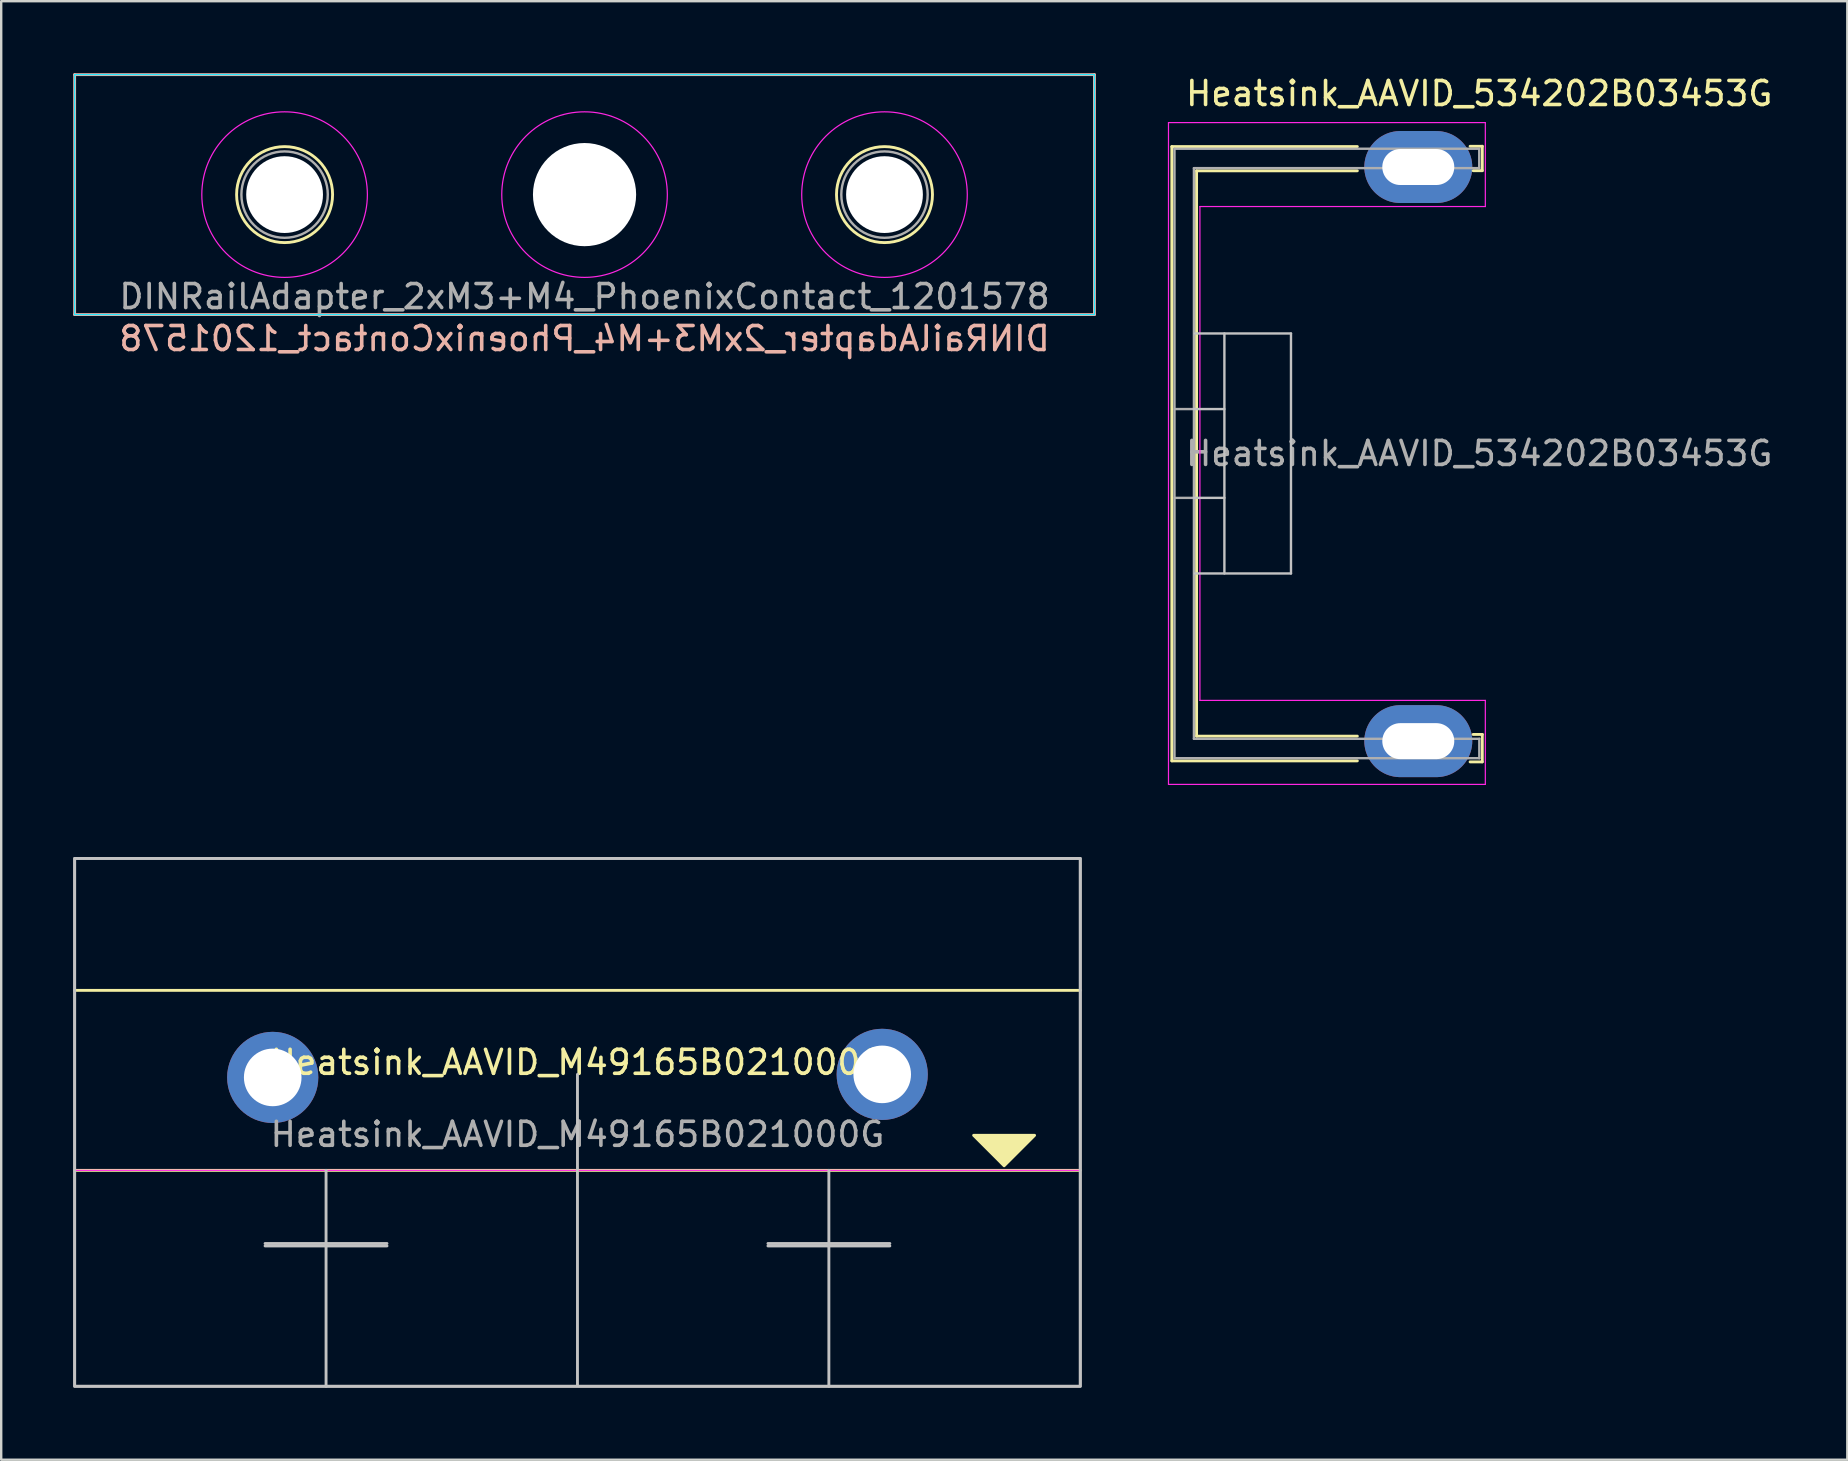
<source format=kicad_pcb>
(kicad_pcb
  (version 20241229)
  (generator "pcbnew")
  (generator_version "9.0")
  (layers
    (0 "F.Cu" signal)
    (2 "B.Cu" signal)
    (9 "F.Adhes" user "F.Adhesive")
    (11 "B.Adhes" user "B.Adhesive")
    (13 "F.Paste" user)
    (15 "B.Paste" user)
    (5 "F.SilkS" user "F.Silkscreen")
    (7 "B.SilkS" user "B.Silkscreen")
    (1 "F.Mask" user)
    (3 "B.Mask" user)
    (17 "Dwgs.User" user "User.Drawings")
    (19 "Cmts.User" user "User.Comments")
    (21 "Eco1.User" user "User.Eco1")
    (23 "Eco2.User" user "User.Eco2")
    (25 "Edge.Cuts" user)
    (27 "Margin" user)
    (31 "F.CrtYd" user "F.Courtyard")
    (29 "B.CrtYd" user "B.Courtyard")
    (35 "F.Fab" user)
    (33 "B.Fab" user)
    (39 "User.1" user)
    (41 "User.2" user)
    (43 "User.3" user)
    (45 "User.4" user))
  (footprint "Heatsink_AAVID_M49165B021000G"
    (layer "F.Cu")
    (at 21.015 41.723)
    (property "Reference" "Heatsink_AAVID_M49165B021000G" (at 0 -0.5 0) (unlocked yes) (layer "F.SilkS") (effects (font (size 1 1) (thickness 0.15))))
    (attr through_hole)
    (fp_line (start -20.955 -3.5) (end 20.955 -3.5) (stroke (width 0.12) (type solid)) (layer "F.SilkS"))
    (fp_line (start -20.955 4) (end 20.955 4) (stroke (width 0.12) (type solid)) (layer "F.SilkS"))
    (fp_poly (pts (xy 17.78 3.81) (xy 16.51 2.54) (xy 19.05 2.54)) (stroke (width 0.12) (type solid)) (fill yes) (layer "F.SilkS"))
    (fp_line (start -13.018 7.048) (end -7.938 7.048) (stroke (width 0.12) (type solid)) (layer "Dwgs.User"))
    (fp_line (start -13.018 7.15) (end -7.938 7.15) (stroke (width 0.12) (type solid)) (layer "Dwgs.User"))
    (fp_line (start -10.477 4) (end -10.477 13) (stroke (width 0.12) (type solid)) (layer "Dwgs.User"))
    (fp_line (start 0 0) (end 0 12.954) (stroke (width 0.12) (type solid)) (layer "Dwgs.User"))
    (fp_line (start 7.938 7.048) (end 13.018 7.048) (stroke (width 0.12) (type solid)) (layer "Dwgs.User"))
    (fp_line (start 7.938 7.15) (end 13.018 7.15) (stroke (width 0.12) (type solid)) (layer "Dwgs.User"))
    (fp_line (start 10.477 4) (end 10.477 13) (stroke (width 0.12) (type solid)) (layer "Dwgs.User"))
    (fp_rect (start -20.955 13) (end 20.955 -9) (stroke (width 0.12) (type solid)) (fill no) (layer "Dwgs.User"))
    (fp_rect (start -20.955 -9) (end 20.955 4) (stroke (width 0.05) (type solid)) (fill no) (layer "F.CrtYd"))
    (fp_rect (start -20.955 13) (end 20.955 -9) (stroke (width 0.12) (type solid)) (fill no) (layer "F.Fab"))
    (fp_text user "${REFERENCE}" (at 0 2.5 0) (unlocked yes) (layer "F.Fab") (effects (font (size 1 1) (thickness 0.15))))
    (pad "1" thru_hole circle (at 12.7 0) (size 3.8 3.8) (drill 2.4) (layers "*.Cu" "*.Mask"))
    (pad "2" thru_hole circle (at -12.7 0.127) (size 3.8 3.8) (drill 2.4) (layers "*.Cu" "*.Mask"))
    (zone (net_name "") (layer "F.Cu") (hatch edge 0.508) (connect_pads) (min_thickness 0.254) (filled_areas_thickness no) (keepout (tracks allowed) (vias not_allowed) (pads allowed) (copperpour not_allowed) (footprints allowed)) (placement (enabled no)) (fill) (polygon (pts (xy 41.97 45.736) (xy 0.06 45.736) (xy 0.06 38.218) (xy 41.97 38.218)))))
  (footprint "Heatsink_AAVID_534202B03453G"
    (layer "F.Cu")
    (at 52.245 15.873)
    (property "Reference" "Heatsink_AAVID_534202B03453G" (at 6.35 -15.025 0) (layer "F.SilkS") (effects (font (size 1 1) (thickness 0.15))))
    (attr through_hole)
    (fp_line (start -6.46 -12.815) (end -6.46 12.785) (stroke (width 0.12) (type solid)) (layer "F.SilkS"))
    (fp_line (start -6.46 -12.815) (end 1.27 -12.815) (stroke (width 0.12) (type solid)) (layer "F.SilkS"))
    (fp_line (start -6.46 12.785) (end 1.27 12.785) (stroke (width 0.12) (type solid)) (layer "F.SilkS"))
    (fp_line (start -5.43 -11.805) (end -5.43 11.755) (stroke (width 0.12) (type solid)) (layer "F.SilkS"))
    (fp_line (start -5.43 -11.805) (end 1.27 -11.805) (stroke (width 0.12) (type solid)) (layer "F.SilkS"))
    (fp_line (start -5.43 11.755) (end 1.27 11.755) (stroke (width 0.12) (type solid)) (layer "F.SilkS"))
    (fp_line (start 5.969 -12.827) (end 6.477 -12.827) (stroke (width 0.12) (type solid)) (layer "F.SilkS"))
    (fp_line (start 6.096 11.684) (end 6.477 11.684) (stroke (width 0.12) (type solid)) (layer "F.SilkS"))
    (fp_line (start 6.477 -12.827) (end 6.477 -11.811) (stroke (width 0.12) (type solid)) (layer "F.SilkS"))
    (fp_line (start 6.477 -11.811) (end 6.096 -11.811) (stroke (width 0.12) (type solid)) (layer "F.SilkS"))
    (fp_line (start 6.477 11.684) (end 6.477 12.827) (stroke (width 0.12) (type solid)) (layer "F.SilkS"))
    (fp_line (start 6.477 12.827) (end 5.969 12.827) (stroke (width 0.12) (type solid)) (layer "F.SilkS"))
    (fp_line (start -5.54 -1.875) (end -4.27 -1.875) (stroke (width 0.1) (type solid)) (layer "Dwgs.User"))
    (fp_line (start -5.54 1.825) (end -4.27 1.825) (stroke (width 0.1) (type solid)) (layer "Dwgs.User"))
    (fp_line (start -5.495 -5.025) (end -1.495 -5.025) (stroke (width 0.1) (type solid)) (layer "Dwgs.User"))
    (fp_line (start -4.27 -5.025) (end -4.27 4.975) (stroke (width 0.1) (type solid)) (layer "Dwgs.User"))
    (fp_line (start -1.495 -5.025) (end -1.495 4.975) (stroke (width 0.1) (type solid)) (layer "Dwgs.User"))
    (fp_line (start -1.495 4.975) (end -5.495 4.975) (stroke (width 0.1) (type solid)) (layer "Dwgs.User"))
    (fp_line (start -6.6 -13.815) (end -6.6 13.765) (stroke (width 0.05) (type solid)) (layer "F.CrtYd"))
    (fp_line (start -6.6 13.765) (end 6.604 13.765) (stroke (width 0.05) (type solid)) (layer "F.CrtYd"))
    (fp_line (start -5.29 -10.315) (end -5.29 10.265) (stroke (width 0.05) (type solid)) (layer "F.CrtYd"))
    (fp_line (start -5.29 -10.315) (end 6.604 -10.315) (stroke (width 0.05) (type solid)) (layer "F.CrtYd"))
    (fp_line (start -5.29 10.265) (end 6.604 10.265) (stroke (width 0.05) (type solid)) (layer "F.CrtYd"))
    (fp_line (start 6.604 -13.815) (end -6.6 -13.815) (stroke (width 0.05) (type solid)) (layer "F.CrtYd"))
    (fp_line (start 6.604 -13.815) (end 6.604 -10.315) (stroke (width 0.05) (type solid)) (layer "F.CrtYd"))
    (fp_line (start 6.604 10.265) (end 6.604 13.765) (stroke (width 0.05) (type solid)) (layer "F.CrtYd"))
    (fp_line (start -6.35 -12.725) (end -6.35 12.675) (stroke (width 0.1) (type solid)) (layer "F.Fab"))
    (fp_line (start -6.35 -12.725) (end 6.35 -12.725) (stroke (width 0.1) (type solid)) (layer "F.Fab"))
    (fp_line (start -6.34 -1.875) (end -5.54 -1.875) (stroke (width 0.1) (type solid)) (layer "F.Fab"))
    (fp_line (start -6.34 1.825) (end -5.54 1.825) (stroke (width 0.1) (type solid)) (layer "F.Fab"))
    (fp_line (start -5.54 -11.915) (end -5.54 11.865) (stroke (width 0.1) (type solid)) (layer "F.Fab"))
    (fp_line (start -5.54 -11.915) (end 6.35 -11.915) (stroke (width 0.1) (type solid)) (layer "F.Fab"))
    (fp_line (start 6.35 -12.725) (end 6.35 -11.915) (stroke (width 0.1) (type solid)) (layer "F.Fab"))
    (fp_line (start 6.353 11.865) (end -5.54 11.865) (stroke (width 0.1) (type solid)) (layer "F.Fab"))
    (fp_line (start 6.353 11.865) (end 6.353 12.675) (stroke (width 0.1) (type solid)) (layer "F.Fab"))
    (fp_line (start 6.353 12.675) (end -6.345 12.675) (stroke (width 0.1) (type solid)) (layer "F.Fab"))
    (fp_text user "${REFERENCE}" (at 6.35 -0.025 0) (layer "F.Fab") (effects (font (size 1 1) (thickness 0.15))))
    (pad "1" thru_hole oval (at 3.81 -11.963) (size 4.5 3) (drill oval 3 1.5) (layers "*.Cu" "*.Mask"))
    (pad "2" thru_hole oval (at 3.81 11.963) (size 4.5 3) (drill oval 3 1.5) (layers "*.Cu" "*.Mask")))
  (footprint "DINRailAdapter_2xM3+M4_PhoenixContact_1201578"
    (layer "F.Cu")
    (at 21.31 5.06)
    (property "Reference" "DINRailAdapter_2xM3+M4_PhoenixContact_1201578" (at 0 6 0) (layer "B.SilkS") (effects (font (size 1 1) (thickness 0.15)) (justify mirror)))
    (attr through_hole)
    (fp_circle (center -12.5 0) (end -10.5 0) (stroke (width 0.12) (type solid)) (fill no) (layer "F.SilkS"))
    (fp_circle (center 0 0) (end 2 0) (stroke (width 0.12) (type solid)) (fill no) (layer "F.SilkS"))
    (fp_circle (center 12.5 0) (end 14.5 0) (stroke (width 0.12) (type solid)) (fill no) (layer "F.SilkS"))
    (fp_line (start -21.25 -5) (end -21.25 5) (stroke (width 0.12) (type solid)) (layer "B.SilkS"))
    (fp_line (start -21.25 5) (end 21.25 5) (stroke (width 0.12) (type solid)) (layer "B.SilkS"))
    (fp_line (start 21.25 -5) (end -21.25 -5) (stroke (width 0.12) (type solid)) (layer "B.SilkS"))
    (fp_line (start 21.25 5) (end 21.25 -5) (stroke (width 0.12) (type solid)) (layer "B.SilkS"))
    (fp_line (start -21.25 -5) (end 21.25 -5) (stroke (width 0.05) (type solid)) (layer "B.CrtYd"))
    (fp_line (start -21.25 5) (end -21.25 -5) (stroke (width 0.05) (type solid)) (layer "B.CrtYd"))
    (fp_line (start 21.25 -5) (end 21.25 5) (stroke (width 0.05) (type solid)) (layer "B.CrtYd"))
    (fp_line (start 21.25 5) (end -21.25 5) (stroke (width 0.05) (type solid)) (layer "B.CrtYd"))
    (fp_circle (center -12.5 0) (end -9.05 0) (stroke (width 0.05) (type solid)) (fill no) (layer "F.CrtYd"))
    (fp_circle (center 0 0) (end 3.45 0) (stroke (width 0.05) (type solid)) (fill no) (layer "F.CrtYd"))
    (fp_circle (center 12.5 0) (end 15.95 0) (stroke (width 0.05) (type solid)) (fill no) (layer "F.CrtYd"))
    (fp_circle (center -12.5 0) (end -10.7 0) (stroke (width 0.1) (type solid)) (fill no) (layer "F.Fab"))
    (fp_circle (center 0 0) (end 1.8 0) (stroke (width 0.1) (type solid)) (fill no) (layer "F.Fab"))
    (fp_circle (center 12.5 0) (end 14.3 0) (stroke (width 0.1) (type solid)) (fill no) (layer "F.Fab"))
    (fp_text user "${REFERENCE}" (at 0 4.25 0) (layer "F.Fab") (effects (font (size 1 1) (thickness 0.15))))
    (pad "" np_thru_hole circle (at -12.5 0) (size 3.2 3.2) (drill 3.2) (layers "*.Cu" "*.Mask"))
    (pad "" np_thru_hole circle (at 0 0) (size 4.3 4.3) (drill 4.3) (layers "*.Cu" "*.Mask"))
    (pad "" np_thru_hole circle (at 12.5 0) (size 3.2 3.2) (drill 3.2) (layers "*.Cu" "*.Mask")))
  (gr_rect
    (start -3 -3)
    (end 73.934 57.783)
    (stroke (width 0.1) (type default))
    (fill no)
    (layer "Edge.Cuts")))
</source>
